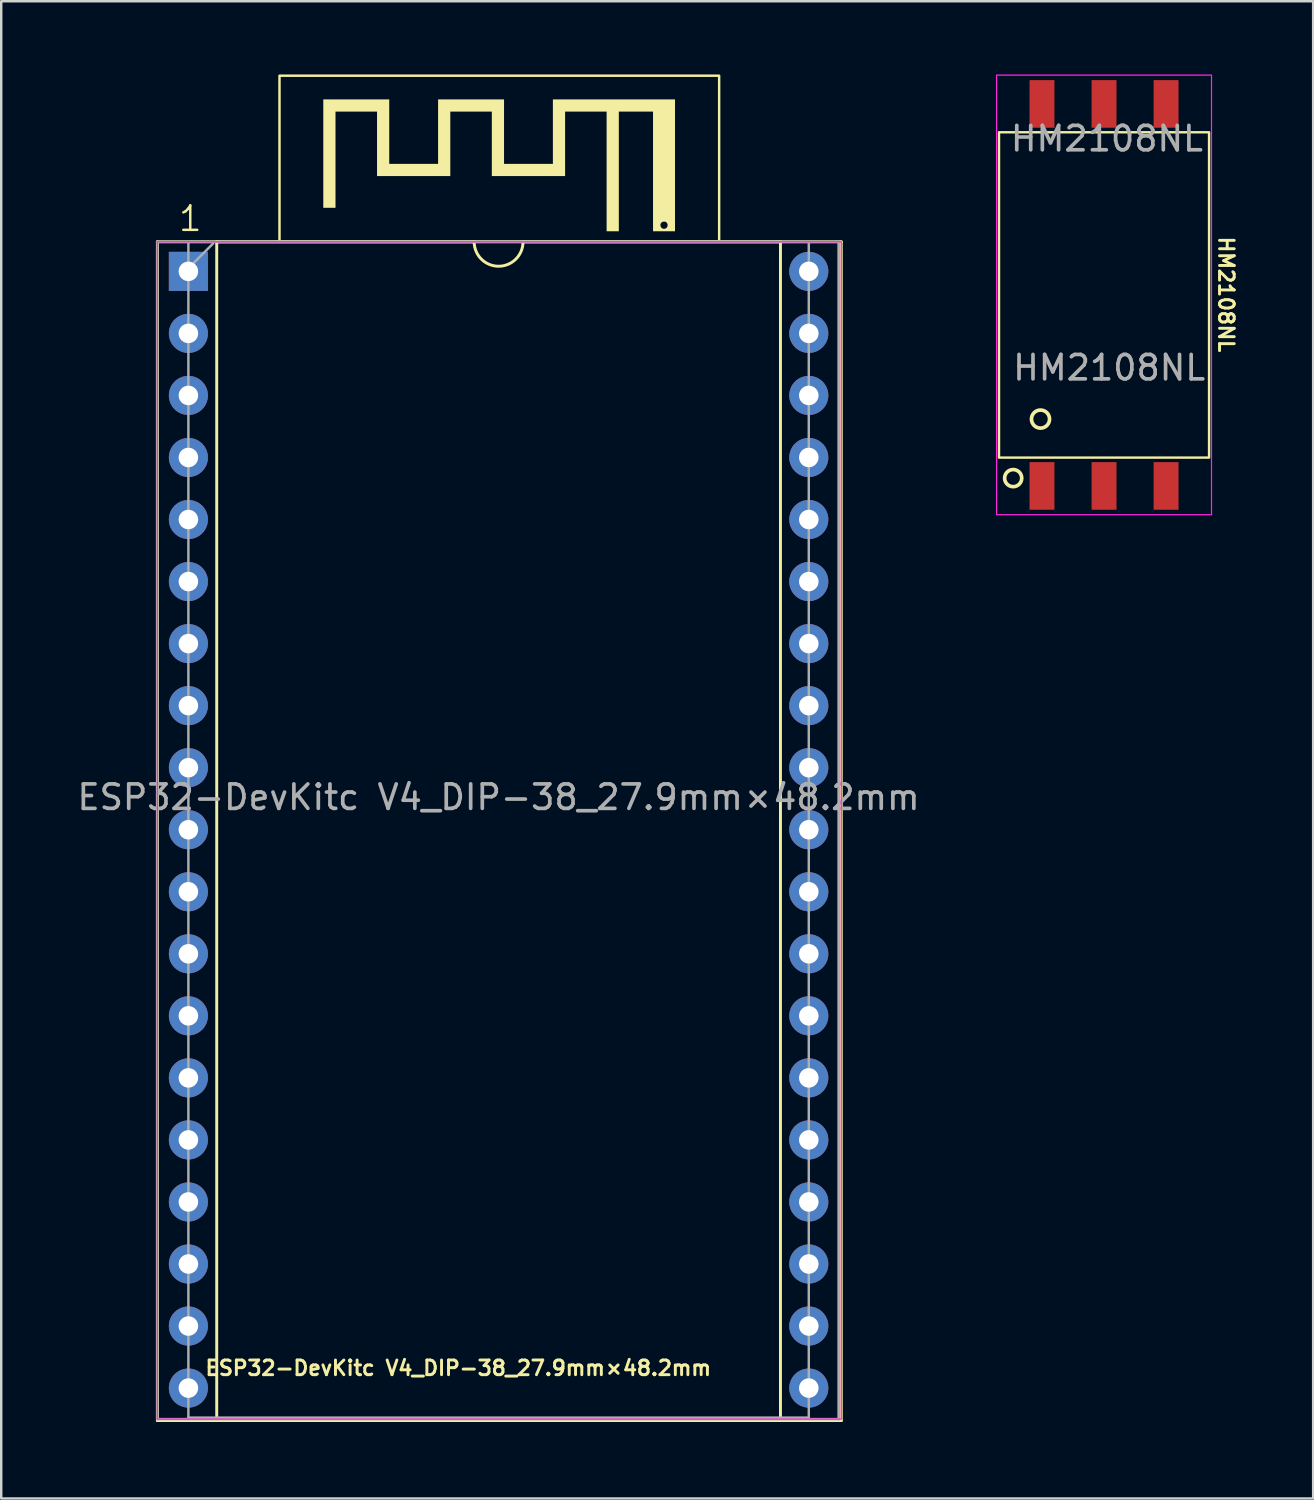
<source format=kicad_pcb>
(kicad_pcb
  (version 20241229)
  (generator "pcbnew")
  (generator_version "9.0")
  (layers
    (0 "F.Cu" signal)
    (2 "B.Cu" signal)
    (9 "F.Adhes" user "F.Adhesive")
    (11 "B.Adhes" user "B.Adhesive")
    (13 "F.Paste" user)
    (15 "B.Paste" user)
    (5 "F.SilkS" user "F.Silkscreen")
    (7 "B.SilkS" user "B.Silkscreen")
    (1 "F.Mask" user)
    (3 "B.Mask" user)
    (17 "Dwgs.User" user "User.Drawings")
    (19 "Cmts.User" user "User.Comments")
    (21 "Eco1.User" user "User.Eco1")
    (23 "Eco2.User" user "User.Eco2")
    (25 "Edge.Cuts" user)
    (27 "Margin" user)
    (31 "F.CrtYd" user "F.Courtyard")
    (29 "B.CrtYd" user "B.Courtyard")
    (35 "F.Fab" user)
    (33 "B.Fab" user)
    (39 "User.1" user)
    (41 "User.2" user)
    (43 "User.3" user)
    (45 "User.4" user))
  (footprint "HM2108NL"
    (layer "F.Cu")
    (at 42.151 9.025)
    (property "Reference" "HM2108NL" (at 5 -0.02 270) (unlocked yes) (layer "F.SilkS") (effects (font (size 0.6 0.6) (thickness 0.12))))
    (attr smd)
    (fp_rect (start -4.3 -6.66) (end 4.3 6.66) (stroke (width 0.1) (type default)) (fill no) (layer "F.SilkS"))
    (fp_circle (center -3.72 7.5) (end -3.37 7.49) (stroke (width 0.15) (type solid)) (fill no) (layer "F.SilkS"))
    (fp_circle (center -2.601 5.083) (end -2.245 4.982) (stroke (width 0.15) (type solid)) (fill no) (layer "F.SilkS"))
    (fp_rect (start -4.4 -9) (end 4.4 9) (stroke (width 0.05) (type default)) (fill no) (layer "F.CrtYd"))
    (fp_text user "${REFERENCE}" (at 0.21 2.98 0) (unlocked yes) (layer "F.Fab") (effects (font (size 1 1) (thickness 0.15))))
    (fp_text user "${REFERENCE}" (at 0.117 -6.397 180) (layer "F.Fab") (effects (font (size 1 1) (thickness 0.15))))
    (pad "1" smd rect (at -2.54 7.82) (size 1.02 1.95) (layers "F.Cu" "F.Mask" "F.Paste"))
    (pad "2" smd rect (at 0 7.82) (size 1.02 1.95) (layers "F.Cu" "F.Mask" "F.Paste"))
    (pad "3" smd rect (at 2.54 7.82) (size 1.02 1.95) (layers "F.Cu" "F.Mask" "F.Paste"))
    (pad "4" smd rect (at 2.54 -7.82) (size 1.02 1.95) (layers "F.Cu" "F.Mask" "F.Paste"))
    (pad "5" smd rect (at 0 -7.82) (size 1.02 1.95) (layers "F.Cu" "F.Mask" "F.Paste"))
    (pad "6" smd rect (at -2.54 -7.82) (size 1.02 1.95) (layers "F.Cu" "F.Mask" "F.Paste")))
  (footprint "ESP32-DevKitc V4_DIP-38_27.9mm×48.2mm"
    (layer "F.Cu")
    (at 3.393 55.05)
    (property "Reference" "ESP32-DevKitc V4_DIP-38_27.9mm×48.2mm" (at 12.32 -2.09 0) (layer "F.SilkS") (effects (font (size 0.6 0.6) (thickness 0.12))))
    (attr through_hole)
    (fp_line (start 0 -48.2) (end 0 0.06) (stroke (width 0.12) (type solid)) (layer "F.SilkS"))
    (fp_line (start 0 0.06) (end 28 0.06) (stroke (width 0.12) (type solid)) (layer "F.SilkS"))
    (fp_line (start 2.43 -48.2) (end 2.43 0) (stroke (width 0.12) (type solid)) (layer "F.SilkS"))
    (fp_line (start 2.43 0) (end 25.51 0) (stroke (width 0.12) (type solid)) (layer "F.SilkS"))
    (fp_line (start 12.97 -48.2) (end 2.43 -48.2) (stroke (width 0.12) (type solid)) (layer "F.SilkS"))
    (fp_line (start 25.51 -48.2) (end 14.97 -48.2) (stroke (width 0.12) (type solid)) (layer "F.SilkS"))
    (fp_line (start 25.51 0) (end 25.51 -48.2) (stroke (width 0.12) (type solid)) (layer "F.SilkS"))
    (fp_line (start 28 -48.2) (end 0 -48.2) (stroke (width 0.12) (type solid)) (layer "F.SilkS"))
    (fp_line (start 28 0.06) (end 28 -48.2) (stroke (width 0.12) (type solid)) (layer "F.SilkS"))
    (fp_rect (start 5 -55) (end 23 -48.2) (stroke (width 0.1) (type default)) (fill no) (layer "F.SilkS"))
    (fp_arc (start 14.97 -48.2) (mid 13.97 -47.2) (end 12.97 -48.2) (stroke (width 0.12) (type solid)) (layer "F.SilkS"))
    (fp_poly (pts (xy 16.193 -51.391) (xy 14.193 -51.391) (xy 14.193 -54.031) (xy 11.493 -54.031) (xy 11.493 -51.391) (xy 9.493 -51.391) (xy 9.493 -54.031) (xy 6.793 -54.031) (xy 6.793 -49.591) (xy 7.293 -49.591) (xy 7.293 -53.531) (xy 8.993 -53.531) (xy 8.993 -50.891) (xy 11.993 -50.891) (xy 11.993 -53.531) (xy 13.693 -53.531) (xy 13.693 -50.891) (xy 16.693 -50.891) (xy 16.693 -53.531) (xy 18.393 -53.531) (xy 18.393 -48.631) (xy 18.893 -48.631) (xy 18.893 -53.531) (xy 20.293 -53.531) (xy 20.293 -48.631) (xy 21.193 -48.631) (xy 21.193 -48.874) (xy 20.891 -48.874) (xy 20.881 -48.826) (xy 20.857 -48.784) (xy 20.819 -48.751) (xy 20.811 -48.747) (xy 20.768 -48.735) (xy 20.72 -48.735) (xy 20.674 -48.748) (xy 20.656 -48.759) (xy 20.622 -48.794) (xy 20.602 -48.839) (xy 20.595 -48.889) (xy 20.604 -48.937) (xy 20.62 -48.969) (xy 20.656 -49.002) (xy 20.701 -49.022) (xy 20.751 -49.029) (xy 20.799 -49.021) (xy 20.832 -49.004) (xy 20.867 -48.967) (xy 20.886 -48.922) (xy 20.891 -48.874) (xy 21.193 -48.874) (xy 21.193 -54.031) (xy 16.193 -54.031) (xy 16.193 -51.391)) (stroke (width 0) (type solid)) (fill yes) (layer "F.SilkS"))
    (fp_line (start 0 -48.2) (end 0 0) (stroke (width 0.05) (type solid)) (layer "F.CrtYd"))
    (fp_line (start 0 0) (end 28 0) (stroke (width 0.05) (type solid)) (layer "F.CrtYd"))
    (fp_line (start 28 -48.2) (end 0 -48.2) (stroke (width 0.05) (type solid)) (layer "F.CrtYd"))
    (fp_line (start 28 0) (end 28 -48.2) (stroke (width 0.05) (type solid)) (layer "F.CrtYd"))
    (fp_line (start 0 -48.2) (end 0 0) (stroke (width 0.1) (type solid)) (layer "F.Fab"))
    (fp_line (start 0 0) (end 27.9 0) (stroke (width 0.1) (type solid)) (layer "F.Fab"))
    (fp_line (start 1.27 0) (end 1.27 -48.2) (stroke (width 0.1) (type solid)) (layer "F.Fab"))
    (fp_line (start 1.278 -47.125) (end 2.278 -48.125) (stroke (width 0.1) (type solid)) (layer "F.Fab"))
    (fp_line (start 2.525 -48.2) (end 26.415 -48.2) (stroke (width 0.1) (type solid)) (layer "F.Fab"))
    (fp_line (start 26.67 -0.06) (end 1.27 -0.06) (stroke (width 0.1) (type solid)) (layer "F.Fab"))
    (fp_line (start 26.67 -0.06) (end 26.67 -48.133) (stroke (width 0.1) (type default)) (layer "F.Fab"))
    (fp_line (start 27.9 -48.2) (end 0 -48.2) (stroke (width 0.1) (type solid)) (layer "F.Fab"))
    (fp_line (start 27.9 -48.2) (end 27.9 0) (stroke (width 0.1) (type solid)) (layer "F.Fab"))
    (fp_line (start 27.9 0) (end 27.9 -48.2) (stroke (width 0.1) (type solid)) (layer "F.Fab"))
    (fp_text user "1" (at 0.805 -48.562 0) (unlocked yes) (layer "F.SilkS") (effects (font (size 1 1) (thickness 0.1)) (justify left bottom)))
    (fp_text user "${REFERENCE}" (at 13.97 -25.46 0) (layer "F.Fab") (effects (font (size 1 1) (thickness 0.15))))
    (pad "1" thru_hole rect (at 1.27 -46.99) (size 1.6 1.6) (drill 0.8) (layers "*.Cu" "*.Mask"))
    (pad "2" thru_hole oval (at 1.27 -44.45) (size 1.6 1.6) (drill 0.8) (layers "*.Cu" "*.Mask"))
    (pad "3" thru_hole oval (at 1.27 -41.91) (size 1.6 1.6) (drill 0.8) (layers "*.Cu" "*.Mask"))
    (pad "4" thru_hole oval (at 1.27 -39.37) (size 1.6 1.6) (drill 0.8) (layers "*.Cu" "*.Mask"))
    (pad "5" thru_hole oval (at 1.27 -36.83) (size 1.6 1.6) (drill 0.8) (layers "*.Cu" "*.Mask"))
    (pad "6" thru_hole oval (at 1.27 -34.29) (size 1.6 1.6) (drill 0.8) (layers "*.Cu" "*.Mask"))
    (pad "7" thru_hole oval (at 1.27 -31.75) (size 1.6 1.6) (drill 0.8) (layers "*.Cu" "*.Mask"))
    (pad "8" thru_hole oval (at 1.27 -29.21) (size 1.6 1.6) (drill 0.8) (layers "*.Cu" "*.Mask"))
    (pad "9" thru_hole oval (at 1.27 -26.67) (size 1.6 1.6) (drill 0.8) (layers "*.Cu" "*.Mask"))
    (pad "10" thru_hole oval (at 1.27 -24.13) (size 1.6 1.6) (drill 0.8) (layers "*.Cu" "*.Mask"))
    (pad "11" thru_hole oval (at 1.27 -21.59) (size 1.6 1.6) (drill 0.8) (layers "*.Cu" "*.Mask"))
    (pad "12" thru_hole oval (at 1.27 -19.05) (size 1.6 1.6) (drill 0.8) (layers "*.Cu" "*.Mask"))
    (pad "13" thru_hole oval (at 1.27 -16.51) (size 1.6 1.6) (drill 0.8) (layers "*.Cu" "*.Mask"))
    (pad "14" thru_hole oval (at 1.27 -13.97) (size 1.6 1.6) (drill 0.8) (layers "*.Cu" "*.Mask"))
    (pad "15" thru_hole oval (at 1.27 -11.43) (size 1.6 1.6) (drill 0.8) (layers "*.Cu" "*.Mask"))
    (pad "16" thru_hole oval (at 1.27 -8.89) (size 1.6 1.6) (drill 0.8) (layers "*.Cu" "*.Mask"))
    (pad "17" thru_hole oval (at 1.27 -6.35) (size 1.6 1.6) (drill 0.8) (layers "*.Cu" "*.Mask"))
    (pad "18" thru_hole oval (at 1.27 -3.81) (size 1.6 1.6) (drill 0.8) (layers "*.Cu" "*.Mask"))
    (pad "19" thru_hole oval (at 1.27 -1.27) (size 1.6 1.6) (drill 0.8) (layers "*.Cu" "*.Mask"))
    (pad "20" thru_hole oval (at 26.67 -1.27) (size 1.6 1.6) (drill 0.8) (layers "*.Cu" "*.Mask"))
    (pad "21" thru_hole oval (at 26.67 -3.81) (size 1.6 1.6) (drill 0.8) (layers "*.Cu" "*.Mask"))
    (pad "22" thru_hole oval (at 26.67 -6.35) (size 1.6 1.6) (drill 0.8) (layers "*.Cu" "*.Mask"))
    (pad "23" thru_hole oval (at 26.67 -8.89) (size 1.6 1.6) (drill 0.8) (layers "*.Cu" "*.Mask"))
    (pad "24" thru_hole oval (at 26.67 -11.43) (size 1.6 1.6) (drill 0.8) (layers "*.Cu" "*.Mask"))
    (pad "25" thru_hole oval (at 26.67 -13.97) (size 1.6 1.6) (drill 0.8) (layers "*.Cu" "*.Mask"))
    (pad "26" thru_hole oval (at 26.67 -16.51) (size 1.6 1.6) (drill 0.8) (layers "*.Cu" "*.Mask"))
    (pad "27" thru_hole oval (at 26.67 -19.05) (size 1.6 1.6) (drill 0.8) (layers "*.Cu" "*.Mask"))
    (pad "28" thru_hole oval (at 26.67 -21.59) (size 1.6 1.6) (drill 0.8) (layers "*.Cu" "*.Mask"))
    (pad "29" thru_hole oval (at 26.67 -24.13) (size 1.6 1.6) (drill 0.8) (layers "*.Cu" "*.Mask"))
    (pad "30" thru_hole oval (at 26.67 -26.67) (size 1.6 1.6) (drill 0.8) (layers "*.Cu" "*.Mask"))
    (pad "31" thru_hole oval (at 26.67 -29.21) (size 1.6 1.6) (drill 0.8) (layers "*.Cu" "*.Mask"))
    (pad "32" thru_hole oval (at 26.67 -31.75) (size 1.6 1.6) (drill 0.8) (layers "*.Cu" "*.Mask"))
    (pad "33" thru_hole oval (at 26.67 -34.29) (size 1.6 1.6) (drill 0.8) (layers "*.Cu" "*.Mask"))
    (pad "34" thru_hole oval (at 26.67 -36.83) (size 1.6 1.6) (drill 0.8) (layers "*.Cu" "*.Mask"))
    (pad "35" thru_hole oval (at 26.67 -39.37) (size 1.6 1.6) (drill 0.8) (layers "*.Cu" "*.Mask"))
    (pad "36" thru_hole oval (at 26.67 -41.91) (size 1.6 1.6) (drill 0.8) (layers "*.Cu" "*.Mask"))
    (pad "37" thru_hole oval (at 26.67 -44.45) (size 1.6 1.6) (drill 0.8) (layers "*.Cu" "*.Mask"))
    (pad "38" thru_hole oval (at 26.67 -46.99) (size 1.6 1.6) (drill 0.8) (layers "*.Cu" "*.Mask")))
  (gr_rect
    (start -3 -3)
    (end 50.713 58.3)
    (stroke (width 0.1) (type default))
    (fill no)
    (layer "Edge.Cuts")))
</source>
